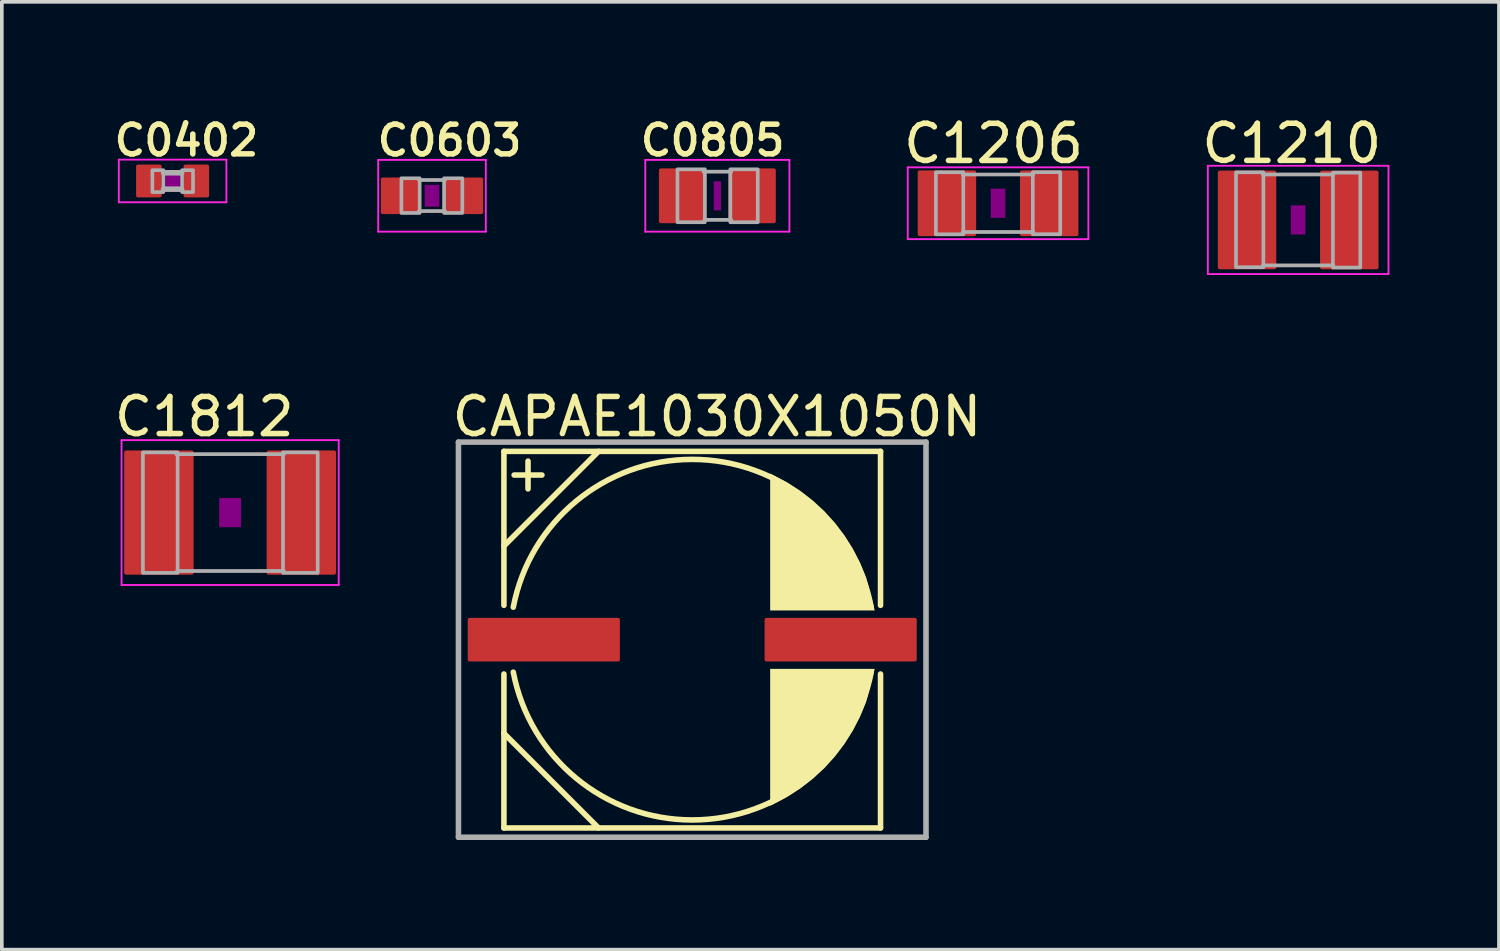
<source format=kicad_pcb>
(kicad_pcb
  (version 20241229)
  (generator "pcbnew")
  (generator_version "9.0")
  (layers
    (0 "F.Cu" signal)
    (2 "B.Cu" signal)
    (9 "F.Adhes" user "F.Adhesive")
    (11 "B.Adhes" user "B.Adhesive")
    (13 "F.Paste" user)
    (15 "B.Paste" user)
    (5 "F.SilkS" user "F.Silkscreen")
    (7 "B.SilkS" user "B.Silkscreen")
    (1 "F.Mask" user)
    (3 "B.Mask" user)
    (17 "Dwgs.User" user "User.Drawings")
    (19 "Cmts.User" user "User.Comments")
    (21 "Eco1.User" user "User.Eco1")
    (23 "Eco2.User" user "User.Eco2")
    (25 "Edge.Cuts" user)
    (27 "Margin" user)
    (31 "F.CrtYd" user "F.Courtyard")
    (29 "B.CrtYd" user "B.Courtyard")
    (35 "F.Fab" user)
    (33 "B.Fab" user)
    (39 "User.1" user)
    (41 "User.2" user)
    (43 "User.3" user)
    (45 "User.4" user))
  (footprint "C0402"
    (layer "F.Cu")
    (at 1.676 1.905)
    (property "Reference" "C0402" (at -1.676 -0.635 0) (layer "F.SilkS") (effects (font (size 0.813 0.813) (thickness 0.152) (bold yes)) (justify left bottom)))
    (fp_poly (pts (xy -0.2 0.3) (xy 0.2 0.3) (xy 0.2 -0.3) (xy -0.2 -0.3)) (stroke (width 0) (type default)) (fill yes) (layer "F.Adhes"))
    (fp_line (start -1.473 -0.584) (end 1.473 -0.584) (stroke (width 0.051) (type solid)) (layer "F.CrtYd"))
    (fp_line (start -1.473 0.584) (end -1.473 -0.584) (stroke (width 0.051) (type solid)) (layer "F.CrtYd"))
    (fp_line (start 1.473 -0.584) (end 1.473 0.584) (stroke (width 0.051) (type solid)) (layer "F.CrtYd"))
    (fp_line (start 1.473 0.584) (end -1.473 0.584) (stroke (width 0.051) (type solid)) (layer "F.CrtYd"))
    (fp_line (start -0.245 -0.224) (end 0.245 -0.224) (stroke (width 0.152) (type solid)) (layer "F.Fab"))
    (fp_line (start 0.245 0.224) (end -0.245 0.224) (stroke (width 0.152) (type solid)) (layer "F.Fab"))
    (fp_poly (pts (xy -0.554 0.305) (xy -0.254 0.305) (xy -0.254 -0.295) (xy -0.554 -0.295)) (stroke (width 0.1) (type default)) (fill no) (layer "F.Fab"))
    (fp_poly (pts (xy 0.259 0.305) (xy 0.559 0.305) (xy 0.559 -0.295) (xy 0.259 -0.295)) (stroke (width 0.1) (type default)) (fill no) (layer "F.Fab"))
    (pad "1" smd roundrect (at -0.65 0) (size 0.7 0.9) (layers "F.Cu" "F.Mask" "F.Paste") (roundrect_rratio 0.073))
    (pad "2" smd roundrect (at 0.65 0) (size 0.7 0.9) (layers "F.Cu" "F.Mask" "F.Paste") (roundrect_rratio 0.073)))
  (footprint "CAPAE1030X1050N"
    (layer "F.Cu")
    (at 15.904 14.465)
    (property "Reference" "CAPAE1030X1050N" (at -6.655 -5.512 0) (layer "F.SilkS") (effects (font (size 1.016 1.016) (thickness 0.152)) (justify left bottom)))
    (attr smd)
    (fp_line (start -5.156 -5.156) (end -5.156 -0.94) (stroke (width 0.152) (type solid)) (layer "F.SilkS"))
    (fp_line (start -5.156 -2.565) (end -2.565 -5.156) (stroke (width 0.152) (type solid)) (layer "F.SilkS"))
    (fp_line (start -5.156 0.94) (end -5.156 2.565) (stroke (width 0.152) (type solid)) (layer "F.SilkS"))
    (fp_line (start -5.156 2.565) (end -5.156 5.156) (stroke (width 0.152) (type solid)) (layer "F.SilkS"))
    (fp_line (start -5.156 2.565) (end -2.565 5.156) (stroke (width 0.152) (type solid)) (layer "F.SilkS"))
    (fp_line (start -5.156 5.156) (end 5.156 5.156) (stroke (width 0.152) (type solid)) (layer "F.SilkS"))
    (fp_line (start -4.496 -4.889) (end -4.496 -4.128) (stroke (width 0.152) (type solid)) (layer "F.SilkS"))
    (fp_line (start -4.115 -4.508) (end -4.877 -4.508) (stroke (width 0.152) (type solid)) (layer "F.SilkS"))
    (fp_line (start 5.156 -5.156) (end -5.156 -5.156) (stroke (width 0.152) (type solid)) (layer "F.SilkS"))
    (fp_line (start 5.156 -0.94) (end 5.156 -5.156) (stroke (width 0.152) (type solid)) (layer "F.SilkS"))
    (fp_line (start 5.156 5.156) (end 5.156 0.94) (stroke (width 0.152) (type solid)) (layer "F.SilkS"))
    (fp_arc (start -4.9 -0.889) (mid 0 -4.936477) (end 4.9 -0.889001) (stroke (width 0.1524) (type solid)) (layer "F.SilkS"))
    (fp_arc (start 4.9 0.889) (mid 0 4.936477) (end -4.9 0.889001) (stroke (width 0.1524) (type solid)) (layer "F.SilkS"))
    (fp_poly (pts (xy 2.605 -4.302) (xy 2.966 -4.069) (xy 3.306 -3.805) (xy 3.622 -3.513) (xy 3.911 -3.194) (xy 4.171 -2.851) (xy 4.4 -2.487) (xy 4.597 -2.104) (xy 4.76 -1.705) (xy 4.997 -0.8) (xy 2.134 -0.8) (xy 2.134 -4.55)) (stroke (width 0) (type default)) (fill yes) (layer "F.SilkS"))
    (fp_poly (pts (xy 4.76 1.705) (xy 4.597 2.104) (xy 4.4 2.487) (xy 4.171 2.851) (xy 3.911 3.194) (xy 3.622 3.513) (xy 3.306 3.805) (xy 2.966 4.069) (xy 2.605 4.302) (xy 2.134 4.55) (xy 2.134 0.8) (xy 4.997 0.8)) (stroke (width 0) (type default)) (fill yes) (layer "F.SilkS"))
    (fp_line (start -6.401 -5.41) (end 6.401 -5.41) (stroke (width 0.152) (type solid)) (layer "F.Fab"))
    (fp_line (start -6.401 5.41) (end -6.401 -5.41) (stroke (width 0.152) (type solid)) (layer "F.Fab"))
    (fp_line (start 6.401 -5.41) (end 6.401 5.41) (stroke (width 0.152) (type solid)) (layer "F.Fab"))
    (fp_line (start 6.401 5.41) (end -6.401 5.41) (stroke (width 0.152) (type solid)) (layer "F.Fab"))
    (pad "+" smd roundrect (at -4.064 0) (size 4.166 1.194) (layers "F.Cu" "F.Mask" "F.Paste") (roundrect_rratio 0.043))
    (pad "-" smd roundrect (at 4.064 0) (size 4.166 1.194) (layers "F.Cu" "F.Mask" "F.Paste") (roundrect_rratio 0.043)))
  (footprint "C0603"
    (layer "F.Cu")
    (at 8.779 2.311)
    (property "Reference" "C0603" (at -1.575 -1.041 0) (layer "F.SilkS") (effects (font (size 0.813 0.813) (thickness 0.152) (bold yes)) (justify left bottom)))
    (fp_poly (pts (xy -0.2 0.3) (xy 0.2 0.3) (xy 0.2 -0.3) (xy -0.2 -0.3)) (stroke (width 0) (type default)) (fill yes) (layer "F.Adhes"))
    (fp_line (start -1.473 -0.983) (end 1.473 -0.983) (stroke (width 0.051) (type solid)) (layer "F.CrtYd"))
    (fp_line (start -1.473 0.983) (end -1.473 -0.983) (stroke (width 0.051) (type solid)) (layer "F.CrtYd"))
    (fp_line (start 1.473 -0.983) (end 1.473 0.983) (stroke (width 0.051) (type solid)) (layer "F.CrtYd"))
    (fp_line (start 1.473 0.983) (end -1.473 0.983) (stroke (width 0.051) (type solid)) (layer "F.CrtYd"))
    (fp_line (start -0.356 -0.432) (end 0.356 -0.432) (stroke (width 0.102) (type solid)) (layer "F.Fab"))
    (fp_line (start -0.356 0.419) (end 0.356 0.419) (stroke (width 0.102) (type solid)) (layer "F.Fab"))
    (fp_poly (pts (xy -0.838 0.47) (xy -0.338 0.47) (xy -0.338 -0.48) (xy -0.838 -0.48)) (stroke (width 0.1) (type default)) (fill no) (layer "F.Fab"))
    (fp_poly (pts (xy 0.33 0.47) (xy 0.83 0.47) (xy 0.83 -0.48) (xy 0.33 -0.48)) (stroke (width 0.1) (type default)) (fill no) (layer "F.Fab"))
    (pad "1" smd roundrect (at -0.85 0) (size 1.1 1) (layers "F.Cu" "F.Mask" "F.Paste") (roundrect_rratio 0.051))
    (pad "2" smd roundrect (at 0.85 0) (size 1.1 1) (layers "F.Cu" "F.Mask" "F.Paste") (roundrect_rratio 0.051)))
  (footprint "C1206"
    (layer "F.Cu")
    (at 24.278 2.515)
    (property "Reference" "C1206" (at -2.667 -1.041 0) (layer "F.SilkS") (effects (font (size 1.016 1.016) (thickness 0.152) (bold yes)) (justify left bottom)))
    (fp_poly (pts (xy -0.2 0.4) (xy 0.2 0.4) (xy 0.2 -0.4) (xy -0.2 -0.4)) (stroke (width 0) (type default)) (fill yes) (layer "F.Adhes"))
    (fp_line (start -2.473 -0.983) (end 2.473 -0.983) (stroke (width 0.051) (type solid)) (layer "F.CrtYd"))
    (fp_line (start -2.473 0.983) (end -2.473 -0.983) (stroke (width 0.051) (type solid)) (layer "F.CrtYd"))
    (fp_line (start 2.473 -0.983) (end 2.473 0.983) (stroke (width 0.051) (type solid)) (layer "F.CrtYd"))
    (fp_line (start 2.473 0.983) (end -2.473 0.983) (stroke (width 0.051) (type solid)) (layer "F.CrtYd"))
    (fp_line (start -0.965 -0.787) (end 0.965 -0.787) (stroke (width 0.102) (type solid)) (layer "F.Fab"))
    (fp_line (start -0.965 0.787) (end 0.965 0.787) (stroke (width 0.102) (type solid)) (layer "F.Fab"))
    (fp_poly (pts (xy -1.702 0.851) (xy -0.952 0.851) (xy -0.952 -0.849) (xy -1.702 -0.849)) (stroke (width 0.1) (type default)) (fill no) (layer "F.Fab"))
    (fp_poly (pts (xy 0.952 0.849) (xy 1.702 0.849) (xy 1.702 -0.851) (xy 0.952 -0.851)) (stroke (width 0.1) (type default)) (fill no) (layer "F.Fab"))
    (pad "1" smd roundrect (at -1.4 0) (size 1.6 1.8) (layers "F.Cu" "F.Mask" "F.Paste") (roundrect_rratio 0.032))
    (pad "2" smd roundrect (at 1.4 0) (size 1.6 1.8) (layers "F.Cu" "F.Mask" "F.Paste") (roundrect_rratio 0.032)))
  (footprint "C1210"
    (layer "F.Cu")
    (at 32.495 2.972)
    (property "Reference" "C1210" (at -2.718 -1.499 0) (layer "F.SilkS") (effects (font (size 1.016 1.016) (thickness 0.152)) (justify left bottom)))
    (fp_poly (pts (xy -0.2 0.4) (xy 0.2 0.4) (xy 0.2 -0.4) (xy -0.2 -0.4)) (stroke (width 0) (type default)) (fill yes) (layer "F.Adhes"))
    (fp_line (start -2.473 -1.483) (end 2.473 -1.483) (stroke (width 0.051) (type solid)) (layer "F.CrtYd"))
    (fp_line (start -2.473 1.483) (end -2.473 -1.483) (stroke (width 0.051) (type solid)) (layer "F.CrtYd"))
    (fp_line (start 2.473 -1.483) (end 2.473 1.483) (stroke (width 0.051) (type solid)) (layer "F.CrtYd"))
    (fp_line (start 2.473 1.483) (end -2.473 1.483) (stroke (width 0.051) (type solid)) (layer "F.CrtYd"))
    (fp_line (start -0.965 -1.245) (end 0.965 -1.245) (stroke (width 0.102) (type solid)) (layer "F.Fab"))
    (fp_line (start -0.965 1.245) (end 0.965 1.245) (stroke (width 0.102) (type solid)) (layer "F.Fab"))
    (fp_poly (pts (xy -1.702 1.295) (xy -0.952 1.295) (xy -0.952 -1.304) (xy -1.702 -1.304)) (stroke (width 0.1) (type default)) (fill no) (layer "F.Fab"))
    (fp_poly (pts (xy 0.952 1.304) (xy 1.702 1.304) (xy 1.702 -1.295) (xy 0.952 -1.295)) (stroke (width 0.1) (type default)) (fill no) (layer "F.Fab"))
    (pad "1" smd roundrect (at -1.4 0) (size 1.6 2.7) (layers "F.Cu" "F.Mask" "F.Paste") (roundrect_rratio 0.032))
    (pad "2" smd roundrect (at 1.4 0) (size 1.6 2.7) (layers "F.Cu" "F.Mask" "F.Paste") (roundrect_rratio 0.032)))
  (footprint "C0805"
    (layer "F.Cu")
    (at 16.592 2.311)
    (property "Reference" "C0805" (at -2.184 -1.041 0) (layer "F.SilkS") (effects (font (size 0.813 0.813) (thickness 0.152) (bold yes)) (justify left bottom)))
    (fp_poly (pts (xy -0.1 0.4) (xy 0.1 0.4) (xy 0.1 -0.4) (xy -0.1 -0.4)) (stroke (width 0) (type default)) (fill yes) (layer "F.Adhes"))
    (fp_line (start -1.973 -0.983) (end 1.973 -0.983) (stroke (width 0.051) (type solid)) (layer "F.CrtYd"))
    (fp_line (start -1.973 0.983) (end -1.973 -0.983) (stroke (width 0.051) (type solid)) (layer "F.CrtYd"))
    (fp_line (start 1.973 -0.983) (end 1.973 0.983) (stroke (width 0.051) (type solid)) (layer "F.CrtYd"))
    (fp_line (start 1.973 0.983) (end -1.973 0.983) (stroke (width 0.051) (type solid)) (layer "F.CrtYd"))
    (fp_line (start -0.381 -0.66) (end 0.381 -0.66) (stroke (width 0.102) (type solid)) (layer "F.Fab"))
    (fp_line (start -0.356 0.66) (end 0.381 0.66) (stroke (width 0.102) (type solid)) (layer "F.Fab"))
    (fp_poly (pts (xy -1.092 0.724) (xy -0.342 0.724) (xy -0.342 -0.726) (xy -1.092 -0.726)) (stroke (width 0.1) (type default)) (fill no) (layer "F.Fab"))
    (fp_poly (pts (xy 0.356 0.724) (xy 1.106 0.724) (xy 1.106 -0.726) (xy 0.356 -0.726)) (stroke (width 0.1) (type default)) (fill no) (layer "F.Fab"))
    (pad "1" smd roundrect (at -0.95 0) (size 1.3 1.5) (layers "F.Cu" "F.Mask" "F.Paste") (roundrect_rratio 0.039))
    (pad "2" smd roundrect (at 0.95 0) (size 1.3 1.5) (layers "F.Cu" "F.Mask" "F.Paste") (roundrect_rratio 0.039)))
  (footprint "C1812"
    (layer "F.Cu")
    (at 3.251 10.985)
    (property "Reference" "C1812" (at -3.251 -2.032 0) (layer "F.SilkS") (effects (font (size 1.016 1.016) (thickness 0.152)) (justify left bottom)))
    (fp_poly (pts (xy -0.3 0.4) (xy 0.3 0.4) (xy 0.3 -0.4) (xy -0.3 -0.4)) (stroke (width 0) (type default)) (fill yes) (layer "F.Adhes"))
    (fp_line (start -2.973 -1.983) (end 2.973 -1.983) (stroke (width 0.051) (type solid)) (layer "F.CrtYd"))
    (fp_line (start -2.973 1.983) (end -2.973 -1.983) (stroke (width 0.051) (type solid)) (layer "F.CrtYd"))
    (fp_line (start 2.973 -1.983) (end 2.973 1.983) (stroke (width 0.051) (type solid)) (layer "F.CrtYd"))
    (fp_line (start 2.973 1.983) (end -2.973 1.983) (stroke (width 0.051) (type solid)) (layer "F.CrtYd"))
    (fp_line (start -1.473 -1.6) (end 1.473 -1.6) (stroke (width 0.102) (type solid)) (layer "F.Fab"))
    (fp_line (start -1.448 1.6) (end 1.473 1.6) (stroke (width 0.102) (type solid)) (layer "F.Fab"))
    (fp_poly (pts (xy -2.388 1.651) (xy -1.438 1.651) (xy -1.438 -1.649) (xy -2.388 -1.649)) (stroke (width 0.1) (type default)) (fill no) (layer "F.Fab"))
    (fp_poly (pts (xy 1.448 1.651) (xy 2.398 1.651) (xy 2.398 -1.649) (xy 1.448 -1.649)) (stroke (width 0.1) (type default)) (fill no) (layer "F.Fab"))
    (pad "1" smd roundrect (at -1.95 0) (size 1.9 3.4) (layers "F.Cu" "F.Mask" "F.Paste") (roundrect_rratio 0.027))
    (pad "2" smd roundrect (at 1.95 0) (size 1.9 3.4) (layers "F.Cu" "F.Mask" "F.Paste") (roundrect_rratio 0.027)))
  (gr_rect
    (start -3 -3)
    (end 37.993 22.952)
    (stroke (width 0.1) (type default))
    (fill no)
    (layer "Edge.Cuts")))
</source>
